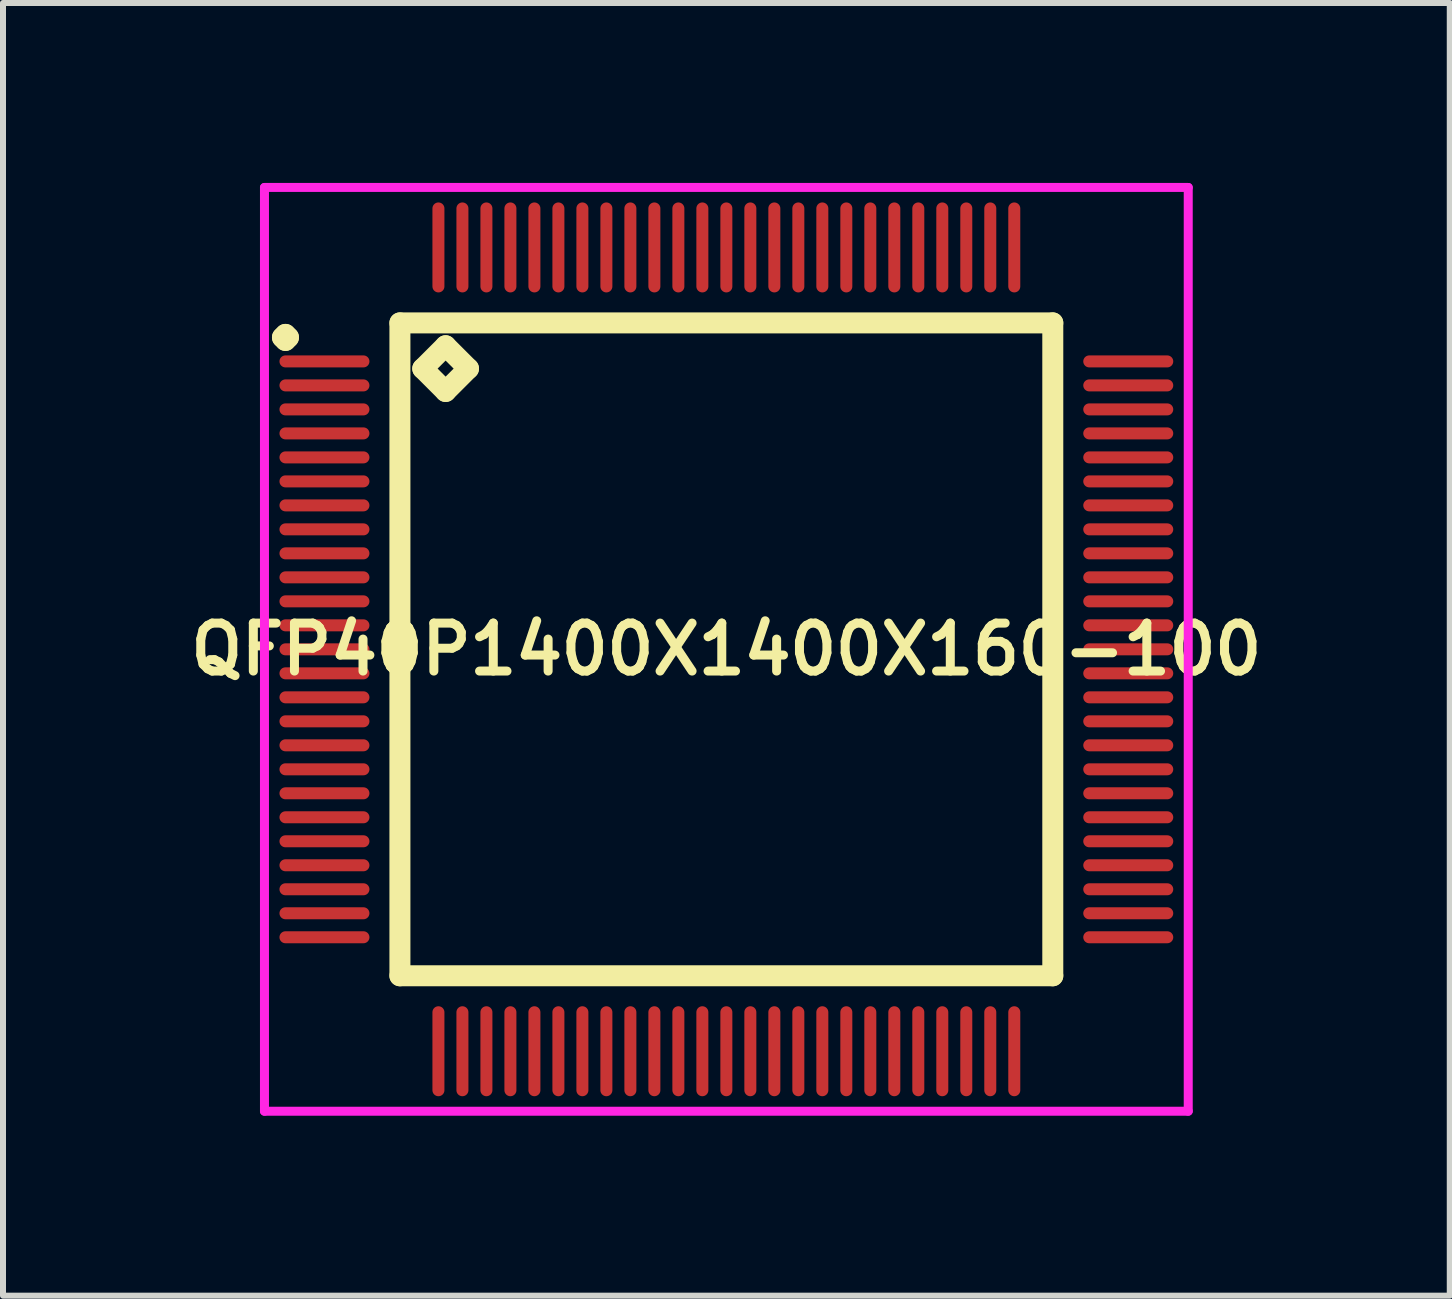
<source format=kicad_pcb>
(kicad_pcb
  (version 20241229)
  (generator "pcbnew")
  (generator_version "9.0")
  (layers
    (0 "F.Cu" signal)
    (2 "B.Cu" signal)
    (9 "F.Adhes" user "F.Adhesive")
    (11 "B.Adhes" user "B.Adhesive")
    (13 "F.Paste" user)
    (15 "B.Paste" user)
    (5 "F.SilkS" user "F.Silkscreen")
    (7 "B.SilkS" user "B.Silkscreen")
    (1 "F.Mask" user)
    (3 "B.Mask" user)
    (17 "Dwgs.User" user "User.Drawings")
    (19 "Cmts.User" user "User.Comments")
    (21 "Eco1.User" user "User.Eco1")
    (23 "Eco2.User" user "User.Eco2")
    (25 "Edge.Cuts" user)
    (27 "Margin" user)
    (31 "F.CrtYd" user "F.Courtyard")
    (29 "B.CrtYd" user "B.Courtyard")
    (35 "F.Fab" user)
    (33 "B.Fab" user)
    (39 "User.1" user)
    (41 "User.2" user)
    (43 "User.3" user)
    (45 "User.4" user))
  (footprint "QFP40P1400X1400X160-100"
    (layer "F.Cu")
    (at 9.059 7.775)
    (property "Reference" "QFP40P1400X1400X160-100" (at 0 0 0) (layer "F.SilkS") (effects (font (size 0.8 0.8) (thickness 0.15))))
    (attr through_hole)
    (fp_line (start -7.4 -5.2) (end -7.35 -5.25) (stroke (width 0.35) (type solid)) (layer "F.SilkS"))
    (fp_line (start -7.35 -5.25) (end -7.3 -5.2) (stroke (width 0.35) (type solid)) (layer "F.SilkS"))
    (fp_line (start -7.35 -5.15) (end -7.4 -5.2) (stroke (width 0.35) (type solid)) (layer "F.SilkS"))
    (fp_line (start -7.3 -5.2) (end -7.35 -5.15) (stroke (width 0.35) (type solid)) (layer "F.SilkS"))
    (fp_line (start -5.442 -5.442) (end -5.442 5.442) (stroke (width 0.35) (type solid)) (layer "F.SilkS"))
    (fp_line (start -5.442 5.442) (end 5.442 5.442) (stroke (width 0.35) (type solid)) (layer "F.SilkS"))
    (fp_line (start -5.061 -4.68) (end -4.68 -5.061) (stroke (width 0.35) (type solid)) (layer "F.SilkS"))
    (fp_line (start -4.68 -5.061) (end -4.299 -4.68) (stroke (width 0.35) (type solid)) (layer "F.SilkS"))
    (fp_line (start -4.68 -4.299) (end -5.061 -4.68) (stroke (width 0.35) (type solid)) (layer "F.SilkS"))
    (fp_line (start -4.299 -4.68) (end -4.68 -4.299) (stroke (width 0.35) (type solid)) (layer "F.SilkS"))
    (fp_line (start 5.442 -5.442) (end -5.442 -5.442) (stroke (width 0.35) (type solid)) (layer "F.SilkS"))
    (fp_line (start 5.442 5.442) (end 5.442 -5.442) (stroke (width 0.35) (type solid)) (layer "F.SilkS"))
    (fp_line (start -7.7 -7.7) (end 7.7 -7.7) (stroke (width 0.15) (type solid)) (layer "F.CrtYd"))
    (fp_line (start -7.7 7.7) (end -7.7 -7.7) (stroke (width 0.15) (type solid)) (layer "F.CrtYd"))
    (fp_line (start 7.7 -7.7) (end 7.7 7.7) (stroke (width 0.15) (type solid)) (layer "F.CrtYd"))
    (fp_line (start 7.7 7.7) (end -7.7 7.7) (stroke (width 0.15) (type solid)) (layer "F.CrtYd"))
    (pad "1" smd oval (at -6.7 -4.8) (size 1.5 0.2) (layers "F.Cu" "F.Mask" "F.Paste"))
    (pad "2" smd oval (at -6.7 -4.4) (size 1.5 0.2) (layers "F.Cu" "F.Mask" "F.Paste"))
    (pad "3" smd oval (at -6.7 -4) (size 1.5 0.2) (layers "F.Cu" "F.Mask" "F.Paste"))
    (pad "4" smd oval (at -6.7 -3.6) (size 1.5 0.2) (layers "F.Cu" "F.Mask" "F.Paste"))
    (pad "5" smd oval (at -6.7 -3.2) (size 1.5 0.2) (layers "F.Cu" "F.Mask" "F.Paste"))
    (pad "6" smd oval (at -6.7 -2.8) (size 1.5 0.2) (layers "F.Cu" "F.Mask" "F.Paste"))
    (pad "7" smd oval (at -6.7 -2.4) (size 1.5 0.2) (layers "F.Cu" "F.Mask" "F.Paste"))
    (pad "8" smd oval (at -6.7 -2) (size 1.5 0.2) (layers "F.Cu" "F.Mask" "F.Paste"))
    (pad "9" smd oval (at -6.7 -1.6) (size 1.5 0.2) (layers "F.Cu" "F.Mask" "F.Paste"))
    (pad "10" smd oval (at -6.7 -1.2) (size 1.5 0.2) (layers "F.Cu" "F.Mask" "F.Paste"))
    (pad "11" smd oval (at -6.7 -0.8) (size 1.5 0.2) (layers "F.Cu" "F.Mask" "F.Paste"))
    (pad "12" smd oval (at -6.7 -0.4) (size 1.5 0.2) (layers "F.Cu" "F.Mask" "F.Paste"))
    (pad "13" smd oval (at -6.7 0) (size 1.5 0.2) (layers "F.Cu" "F.Mask" "F.Paste"))
    (pad "14" smd oval (at -6.7 0.4) (size 1.5 0.2) (layers "F.Cu" "F.Mask" "F.Paste"))
    (pad "15" smd oval (at -6.7 0.8) (size 1.5 0.2) (layers "F.Cu" "F.Mask" "F.Paste"))
    (pad "16" smd oval (at -6.7 1.2) (size 1.5 0.2) (layers "F.Cu" "F.Mask" "F.Paste"))
    (pad "17" smd oval (at -6.7 1.6) (size 1.5 0.2) (layers "F.Cu" "F.Mask" "F.Paste"))
    (pad "18" smd oval (at -6.7 2) (size 1.5 0.2) (layers "F.Cu" "F.Mask" "F.Paste"))
    (pad "19" smd oval (at -6.7 2.4) (size 1.5 0.2) (layers "F.Cu" "F.Mask" "F.Paste"))
    (pad "20" smd oval (at -6.7 2.8) (size 1.5 0.2) (layers "F.Cu" "F.Mask" "F.Paste"))
    (pad "21" smd oval (at -6.7 3.2) (size 1.5 0.2) (layers "F.Cu" "F.Mask" "F.Paste"))
    (pad "22" smd oval (at -6.7 3.6) (size 1.5 0.2) (layers "F.Cu" "F.Mask" "F.Paste"))
    (pad "23" smd oval (at -6.7 4) (size 1.5 0.2) (layers "F.Cu" "F.Mask" "F.Paste"))
    (pad "24" smd oval (at -6.7 4.4) (size 1.5 0.2) (layers "F.Cu" "F.Mask" "F.Paste"))
    (pad "25" smd oval (at -6.7 4.8) (size 1.5 0.2) (layers "F.Cu" "F.Mask" "F.Paste"))
    (pad "26" smd oval (at -4.8 6.7) (size 0.2 1.5) (layers "F.Cu" "F.Mask" "F.Paste"))
    (pad "27" smd oval (at -4.4 6.7) (size 0.2 1.5) (layers "F.Cu" "F.Mask" "F.Paste"))
    (pad "28" smd oval (at -4 6.7) (size 0.2 1.5) (layers "F.Cu" "F.Mask" "F.Paste"))
    (pad "29" smd oval (at -3.6 6.7) (size 0.2 1.5) (layers "F.Cu" "F.Mask" "F.Paste"))
    (pad "30" smd oval (at -3.2 6.7) (size 0.2 1.5) (layers "F.Cu" "F.Mask" "F.Paste"))
    (pad "31" smd oval (at -2.8 6.7) (size 0.2 1.5) (layers "F.Cu" "F.Mask" "F.Paste"))
    (pad "32" smd oval (at -2.4 6.7) (size 0.2 1.5) (layers "F.Cu" "F.Mask" "F.Paste"))
    (pad "33" smd oval (at -2 6.7) (size 0.2 1.5) (layers "F.Cu" "F.Mask" "F.Paste"))
    (pad "34" smd oval (at -1.6 6.7) (size 0.2 1.5) (layers "F.Cu" "F.Mask" "F.Paste"))
    (pad "35" smd oval (at -1.2 6.7) (size 0.2 1.5) (layers "F.Cu" "F.Mask" "F.Paste"))
    (pad "36" smd oval (at -0.8 6.7) (size 0.2 1.5) (layers "F.Cu" "F.Mask" "F.Paste"))
    (pad "37" smd oval (at -0.4 6.7) (size 0.2 1.5) (layers "F.Cu" "F.Mask" "F.Paste"))
    (pad "38" smd oval (at 0 6.7) (size 0.2 1.5) (layers "F.Cu" "F.Mask" "F.Paste"))
    (pad "39" smd oval (at 0.4 6.7) (size 0.2 1.5) (layers "F.Cu" "F.Mask" "F.Paste"))
    (pad "40" smd oval (at 0.8 6.7) (size 0.2 1.5) (layers "F.Cu" "F.Mask" "F.Paste"))
    (pad "41" smd oval (at 1.2 6.7) (size 0.2 1.5) (layers "F.Cu" "F.Mask" "F.Paste"))
    (pad "42" smd oval (at 1.6 6.7) (size 0.2 1.5) (layers "F.Cu" "F.Mask" "F.Paste"))
    (pad "43" smd oval (at 2 6.7) (size 0.2 1.5) (layers "F.Cu" "F.Mask" "F.Paste"))
    (pad "44" smd oval (at 2.4 6.7) (size 0.2 1.5) (layers "F.Cu" "F.Mask" "F.Paste"))
    (pad "45" smd oval (at 2.8 6.7) (size 0.2 1.5) (layers "F.Cu" "F.Mask" "F.Paste"))
    (pad "46" smd oval (at 3.2 6.7) (size 0.2 1.5) (layers "F.Cu" "F.Mask" "F.Paste"))
    (pad "47" smd oval (at 3.6 6.7) (size 0.2 1.5) (layers "F.Cu" "F.Mask" "F.Paste"))
    (pad "48" smd oval (at 4 6.7) (size 0.2 1.5) (layers "F.Cu" "F.Mask" "F.Paste"))
    (pad "49" smd oval (at 4.4 6.7) (size 0.2 1.5) (layers "F.Cu" "F.Mask" "F.Paste"))
    (pad "50" smd oval (at 4.8 6.7) (size 0.2 1.5) (layers "F.Cu" "F.Mask" "F.Paste"))
    (pad "51" smd oval (at 6.7 4.8) (size 1.5 0.2) (layers "F.Cu" "F.Mask" "F.Paste"))
    (pad "52" smd oval (at 6.7 4.4) (size 1.5 0.2) (layers "F.Cu" "F.Mask" "F.Paste"))
    (pad "53" smd oval (at 6.7 4) (size 1.5 0.2) (layers "F.Cu" "F.Mask" "F.Paste"))
    (pad "54" smd oval (at 6.7 3.6) (size 1.5 0.2) (layers "F.Cu" "F.Mask" "F.Paste"))
    (pad "55" smd oval (at 6.7 3.2) (size 1.5 0.2) (layers "F.Cu" "F.Mask" "F.Paste"))
    (pad "56" smd oval (at 6.7 2.8) (size 1.5 0.2) (layers "F.Cu" "F.Mask" "F.Paste"))
    (pad "57" smd oval (at 6.7 2.4) (size 1.5 0.2) (layers "F.Cu" "F.Mask" "F.Paste"))
    (pad "58" smd oval (at 6.7 2) (size 1.5 0.2) (layers "F.Cu" "F.Mask" "F.Paste"))
    (pad "59" smd oval (at 6.7 1.6) (size 1.5 0.2) (layers "F.Cu" "F.Mask" "F.Paste"))
    (pad "60" smd oval (at 6.7 1.2) (size 1.5 0.2) (layers "F.Cu" "F.Mask" "F.Paste"))
    (pad "61" smd oval (at 6.7 0.8) (size 1.5 0.2) (layers "F.Cu" "F.Mask" "F.Paste"))
    (pad "62" smd oval (at 6.7 0.4) (size 1.5 0.2) (layers "F.Cu" "F.Mask" "F.Paste"))
    (pad "63" smd oval (at 6.7 0) (size 1.5 0.2) (layers "F.Cu" "F.Mask" "F.Paste"))
    (pad "64" smd oval (at 6.7 -0.4) (size 1.5 0.2) (layers "F.Cu" "F.Mask" "F.Paste"))
    (pad "65" smd oval (at 6.7 -0.8) (size 1.5 0.2) (layers "F.Cu" "F.Mask" "F.Paste"))
    (pad "66" smd oval (at 6.7 -1.2) (size 1.5 0.2) (layers "F.Cu" "F.Mask" "F.Paste"))
    (pad "67" smd oval (at 6.7 -1.6) (size 1.5 0.2) (layers "F.Cu" "F.Mask" "F.Paste"))
    (pad "68" smd oval (at 6.7 -2) (size 1.5 0.2) (layers "F.Cu" "F.Mask" "F.Paste"))
    (pad "69" smd oval (at 6.7 -2.4) (size 1.5 0.2) (layers "F.Cu" "F.Mask" "F.Paste"))
    (pad "70" smd oval (at 6.7 -2.8) (size 1.5 0.2) (layers "F.Cu" "F.Mask" "F.Paste"))
    (pad "71" smd oval (at 6.7 -3.2) (size 1.5 0.2) (layers "F.Cu" "F.Mask" "F.Paste"))
    (pad "72" smd oval (at 6.7 -3.6) (size 1.5 0.2) (layers "F.Cu" "F.Mask" "F.Paste"))
    (pad "73" smd oval (at 6.7 -4) (size 1.5 0.2) (layers "F.Cu" "F.Mask" "F.Paste"))
    (pad "74" smd oval (at 6.7 -4.4) (size 1.5 0.2) (layers "F.Cu" "F.Mask" "F.Paste"))
    (pad "75" smd oval (at 6.7 -4.8) (size 1.5 0.2) (layers "F.Cu" "F.Mask" "F.Paste"))
    (pad "76" smd oval (at 4.8 -6.7) (size 0.2 1.5) (layers "F.Cu" "F.Mask" "F.Paste"))
    (pad "77" smd oval (at 4.4 -6.7) (size 0.2 1.5) (layers "F.Cu" "F.Mask" "F.Paste"))
    (pad "78" smd oval (at 4 -6.7) (size 0.2 1.5) (layers "F.Cu" "F.Mask" "F.Paste"))
    (pad "79" smd oval (at 3.6 -6.7) (size 0.2 1.5) (layers "F.Cu" "F.Mask" "F.Paste"))
    (pad "80" smd oval (at 3.2 -6.7) (size 0.2 1.5) (layers "F.Cu" "F.Mask" "F.Paste"))
    (pad "81" smd oval (at 2.8 -6.7) (size 0.2 1.5) (layers "F.Cu" "F.Mask" "F.Paste"))
    (pad "82" smd oval (at 2.4 -6.7) (size 0.2 1.5) (layers "F.Cu" "F.Mask" "F.Paste"))
    (pad "83" smd oval (at 2 -6.7) (size 0.2 1.5) (layers "F.Cu" "F.Mask" "F.Paste"))
    (pad "84" smd oval (at 1.6 -6.7) (size 0.2 1.5) (layers "F.Cu" "F.Mask" "F.Paste"))
    (pad "85" smd oval (at 1.2 -6.7) (size 0.2 1.5) (layers "F.Cu" "F.Mask" "F.Paste"))
    (pad "86" smd oval (at 0.8 -6.7) (size 0.2 1.5) (layers "F.Cu" "F.Mask" "F.Paste"))
    (pad "87" smd oval (at 0.4 -6.7) (size 0.2 1.5) (layers "F.Cu" "F.Mask" "F.Paste"))
    (pad "88" smd oval (at 0 -6.7) (size 0.2 1.5) (layers "F.Cu" "F.Mask" "F.Paste"))
    (pad "89" smd oval (at -0.4 -6.7) (size 0.2 1.5) (layers "F.Cu" "F.Mask" "F.Paste"))
    (pad "90" smd oval (at -0.8 -6.7) (size 0.2 1.5) (layers "F.Cu" "F.Mask" "F.Paste"))
    (pad "91" smd oval (at -1.2 -6.7) (size 0.2 1.5) (layers "F.Cu" "F.Mask" "F.Paste"))
    (pad "92" smd oval (at -1.6 -6.7) (size 0.2 1.5) (layers "F.Cu" "F.Mask" "F.Paste"))
    (pad "93" smd oval (at -2 -6.7) (size 0.2 1.5) (layers "F.Cu" "F.Mask" "F.Paste"))
    (pad "94" smd oval (at -2.4 -6.7) (size 0.2 1.5) (layers "F.Cu" "F.Mask" "F.Paste"))
    (pad "95" smd oval (at -2.8 -6.7) (size 0.2 1.5) (layers "F.Cu" "F.Mask" "F.Paste"))
    (pad "96" smd oval (at -3.2 -6.7) (size 0.2 1.5) (layers "F.Cu" "F.Mask" "F.Paste"))
    (pad "97" smd oval (at -3.6 -6.7) (size 0.2 1.5) (layers "F.Cu" "F.Mask" "F.Paste"))
    (pad "98" smd oval (at -4 -6.7) (size 0.2 1.5) (layers "F.Cu" "F.Mask" "F.Paste"))
    (pad "99" smd oval (at -4.4 -6.7) (size 0.2 1.5) (layers "F.Cu" "F.Mask" "F.Paste"))
    (pad "100" smd oval (at -4.8 -6.7) (size 0.2 1.5) (layers "F.Cu" "F.Mask" "F.Paste")))
  (gr_rect
    (start -3 -3)
    (end 21.119 18.55)
    (stroke (width 0.1) (type default))
    (fill no)
    (layer "Edge.Cuts")))
</source>
